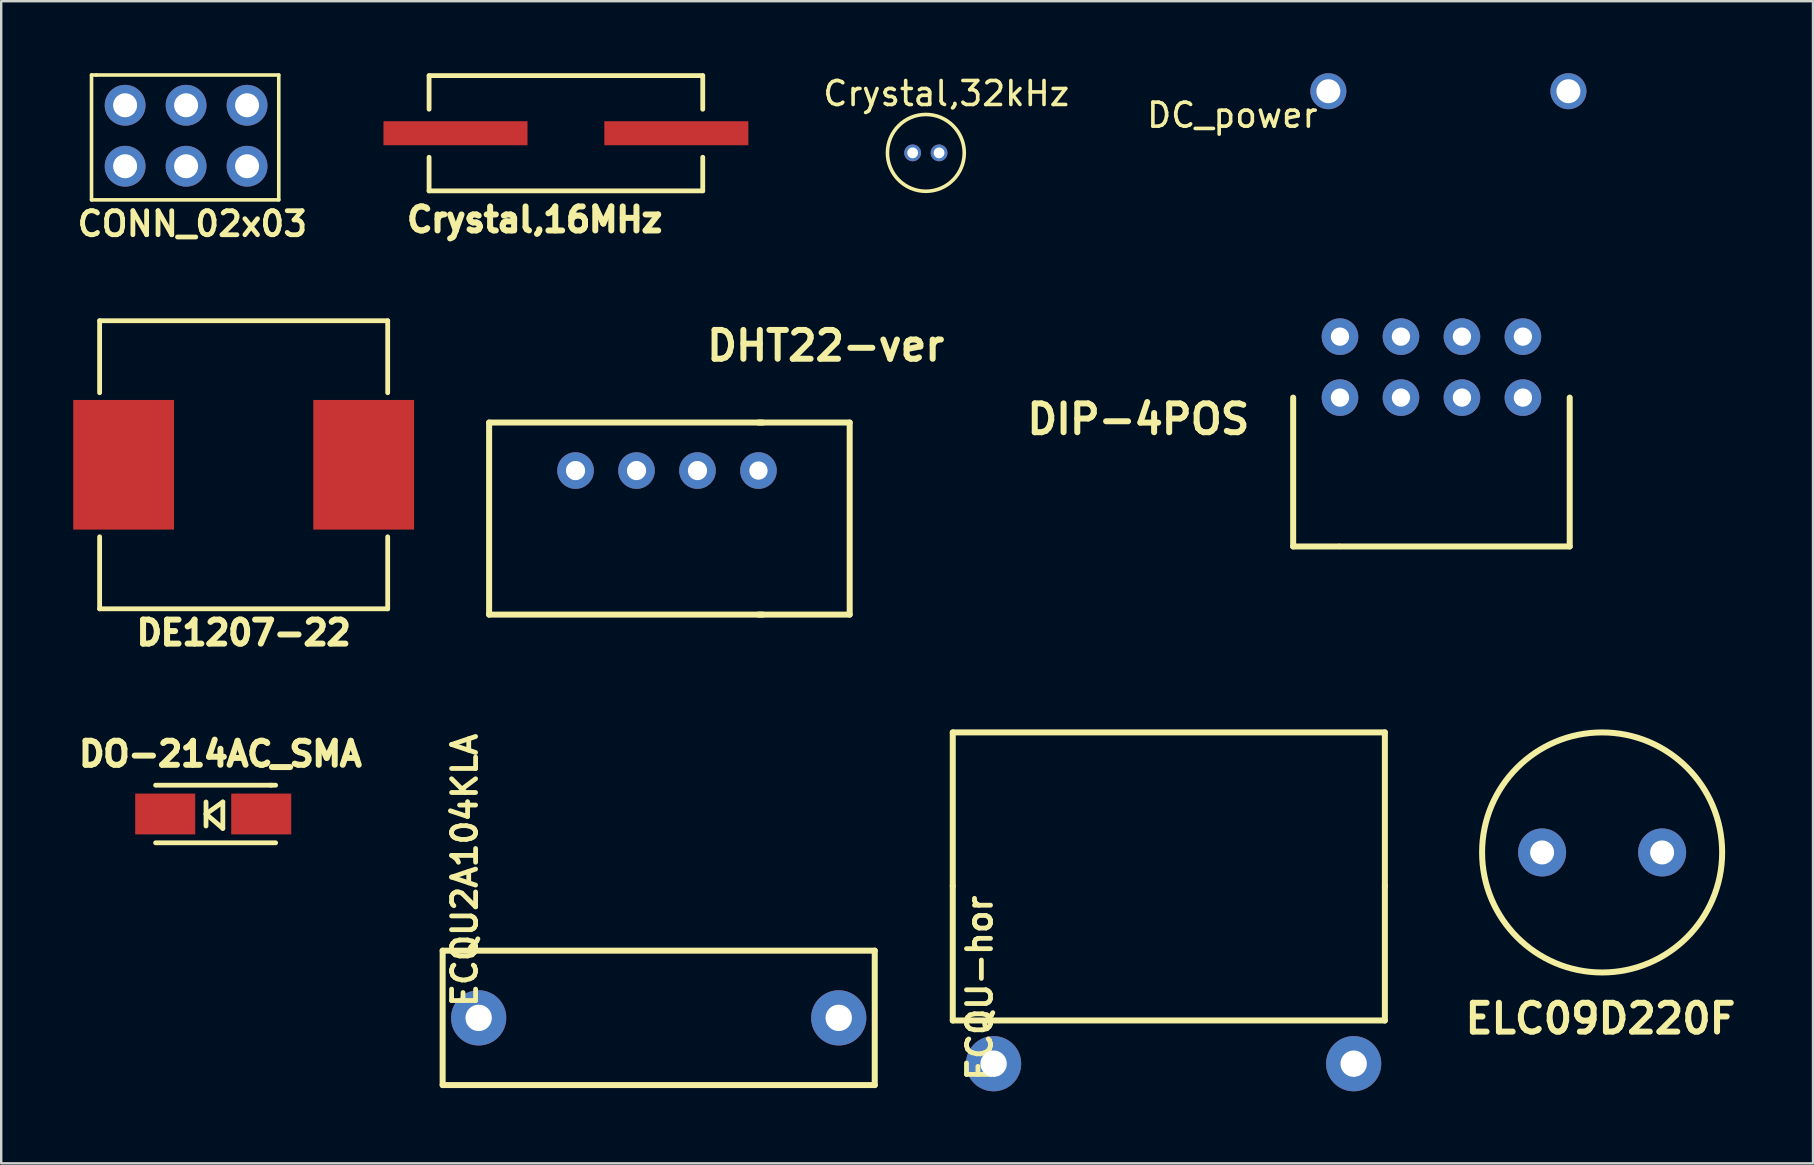
<source format=kicad_pcb>
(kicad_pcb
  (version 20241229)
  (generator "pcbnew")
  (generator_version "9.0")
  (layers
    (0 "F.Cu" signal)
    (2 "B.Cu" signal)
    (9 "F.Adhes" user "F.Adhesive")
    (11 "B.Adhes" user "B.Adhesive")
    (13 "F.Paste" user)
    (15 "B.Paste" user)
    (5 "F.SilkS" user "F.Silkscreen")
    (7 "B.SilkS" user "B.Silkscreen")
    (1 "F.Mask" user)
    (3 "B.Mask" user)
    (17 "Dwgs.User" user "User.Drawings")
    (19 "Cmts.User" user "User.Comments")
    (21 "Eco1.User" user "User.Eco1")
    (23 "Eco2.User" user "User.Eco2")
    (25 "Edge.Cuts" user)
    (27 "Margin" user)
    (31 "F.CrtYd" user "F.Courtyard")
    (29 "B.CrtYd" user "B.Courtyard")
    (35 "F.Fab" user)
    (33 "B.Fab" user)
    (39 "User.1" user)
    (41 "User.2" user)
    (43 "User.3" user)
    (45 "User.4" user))
  (footprint "CONN_02x03"
    (layer "F.Cu")
    (at 2.162 3.875)
    (property "Reference" "CONN_02x03" (at 2.8 2.4 0) (layer "F.SilkS") (effects (font (size 1 1) (thickness 0.2))))
    (attr through_hole)
    (fp_line (start -1.4 -3.8) (end -1.4 1.4) (stroke (width 0.15) (type solid)) (layer "F.SilkS"))
    (fp_line (start -1.4 1.4) (end 6.4 1.4) (stroke (width 0.15) (type solid)) (layer "F.SilkS"))
    (fp_line (start -1.2 -3.8) (end -1.4 -3.8) (stroke (width 0.15) (type solid)) (layer "F.SilkS"))
    (fp_line (start 6.4 -3.8) (end -1.2 -3.8) (stroke (width 0.15) (type solid)) (layer "F.SilkS"))
    (fp_line (start 6.4 1.4) (end 6.4 -3.8) (stroke (width 0.15) (type solid)) (layer "F.SilkS"))
    (pad "1" thru_hole circle (at 0 0) (size 1.7 1.7) (drill 1) (layers "*.Cu" "*.Mask"))
    (pad "2" thru_hole circle (at 0 -2.54) (size 1.7 1.7) (drill 1) (layers "*.Cu" "*.Mask"))
    (pad "3" thru_hole circle (at 2.54 0) (size 1.7 1.7) (drill 1) (layers "*.Cu" "*.Mask"))
    (pad "4" thru_hole circle (at 2.54 -2.54) (size 1.7 1.7) (drill 1) (layers "*.Cu" "*.Mask"))
    (pad "5" thru_hole circle (at 5.08 0) (size 1.7 1.7) (drill 1) (layers "*.Cu" "*.Mask"))
    (pad "6" thru_hole circle (at 5.08 -2.54) (size 1.7 1.7) (drill 1) (layers "*.Cu" "*.Mask")))
  (footprint "ECQU-hor"
    (layer "F.Cu")
    (at 38.339 41.26)
    (property "Reference" "ECQU-hor" (at -0.58 -3.15 90) (layer "F.SilkS") (effects (font (size 1 1) (thickness 0.2))))
    (attr through_hole)
    (fp_line (start -1.7 -13.8) (end 16.3 -13.8) (stroke (width 0.25) (type solid)) (layer "F.SilkS"))
    (fp_line (start -1.7 -7.4) (end -1.7 -13.8) (stroke (width 0.25) (type solid)) (layer "F.SilkS"))
    (fp_line (start -1.7 -1.8) (end -1.7 -7.4) (stroke (width 0.25) (type solid)) (layer "F.SilkS"))
    (fp_line (start -1.7 -1.8) (end 16.3 -1.8) (stroke (width 0.25) (type solid)) (layer "F.SilkS"))
    (fp_line (start 16.3 -7.4) (end 16.3 -13.8) (stroke (width 0.25) (type solid)) (layer "F.SilkS"))
    (fp_line (start 16.3 -1.8) (end 16.3 -7.4) (stroke (width 0.25) (type solid)) (layer "F.SilkS"))
    (pad "1" thru_hole circle (at 0 0) (size 2.3 2.3) (drill 1.1) (layers "*.Cu" "*.Mask"))
    (pad "2" thru_hole circle (at 15 0) (size 2.3 2.3) (drill 1.1) (layers "*.Cu" "*.Mask")))
  (footprint "DC_power"
    (layer "F.Cu")
    (at 52.285 0.75)
    (property "Reference" "DC_power" (at -4 1 0) (layer "F.SilkS") (effects (font (size 1 1) (thickness 0.15))))
    (attr through_hole)
    (pad "1" thru_hole circle (at 0 0) (size 1.5 1.5) (drill 1) (layers "*.Cu" "*.Mask"))
    (pad "2" thru_hole circle (at 10 0) (size 1.5 1.5) (drill 1) (layers "*.Cu" "*.Mask")))
  (footprint "DE1207-22"
    (layer "F.Cu")
    (at 7.1 16.311)
    (property "Reference" "DE1207-22" (at 0 7 0) (layer "F.SilkS") (effects (font (size 1 1) (thickness 0.25))))
    (attr through_hole)
    (fp_line (start -6 -6) (end -6 -3) (stroke (width 0.2) (type solid)) (layer "F.SilkS"))
    (fp_line (start -6 -6) (end 6 -6) (stroke (width 0.2) (type solid)) (layer "F.SilkS"))
    (fp_line (start -6 3) (end -6 6) (stroke (width 0.2) (type solid)) (layer "F.SilkS"))
    (fp_line (start -6 6) (end 6 6) (stroke (width 0.2) (type solid)) (layer "F.SilkS"))
    (fp_line (start 6 -6) (end 6 -3) (stroke (width 0.2) (type solid)) (layer "F.SilkS"))
    (fp_line (start 6 6) (end 6 3) (stroke (width 0.2) (type solid)) (layer "F.SilkS"))
    (pad "1" smd rect (at -5 0) (size 4.2 5.4) (layers "F.Cu" "F.Mask" "F.Paste"))
    (pad "2" smd rect (at 5 0) (size 4.2 5.4) (layers "F.Cu" "F.Mask" "F.Paste")))
  (footprint "ECQU2A104KLA"
    (layer "F.Cu")
    (at 16.889 39.351)
    (property "Reference" "ECQU2A104KLA" (at -0.58 -6.15 90) (layer "F.SilkS") (effects (font (size 1 1) (thickness 0.2))))
    (attr through_hole)
    (fp_line (start -1.5 -2.8) (end 16.5 -2.8) (stroke (width 0.25) (type solid)) (layer "F.SilkS"))
    (fp_line (start -1.5 2.8) (end -1.5 -2.8) (stroke (width 0.25) (type solid)) (layer "F.SilkS"))
    (fp_line (start -1.5 2.8) (end 16.5 2.8) (stroke (width 0.25) (type solid)) (layer "F.SilkS"))
    (fp_line (start 16.5 2.8) (end 16.5 -2.8) (stroke (width 0.25) (type solid)) (layer "F.SilkS"))
    (pad "1" thru_hole circle (at 0 0) (size 2.3 2.3) (drill 1.1) (layers "*.Cu" "*.Mask"))
    (pad "2" thru_hole circle (at 15 0) (size 2.3 2.3) (drill 1.1) (layers "*.Cu" "*.Mask")))
  (footprint "Crystal,32kHz"
    (layer "F.Cu")
    (at 34.968 3.318)
    (property "Reference" "Crystal,32kHz" (at 1.4 -2.47 0) (layer "F.SilkS") (effects (font (size 1 1) (thickness 0.15))))
    (attr through_hole)
    (fp_circle (center 0.55 0) (end 2.15 0) (stroke (width 0.15) (type solid)) (fill no) (layer "F.SilkS"))
    (pad "1" thru_hole circle (at 0 0) (size 0.7 0.7) (drill 0.45) (layers "*.Cu" "*.Mask"))
    (pad "2" thru_hole circle (at 1.1 0) (size 0.7 0.7) (drill 0.45) (layers "*.Cu" "*.Mask")))
  (footprint "DO-214AC_SMA"
    (layer "F.Cu")
    (at 5.832 30.858)
    (property "Reference" "DO-214AC_SMA" (at 0.3 -2.5 0) (layer "F.SilkS") (effects (font (size 1 1) (thickness 0.25))))
    (attr through_hole)
    (fp_line (start -2.4 -1.2) (end 2.4 -1.2) (stroke (width 0.2) (type solid)) (layer "F.SilkS"))
    (fp_line (start -2.4 1.2) (end 2.6 1.2) (stroke (width 0.2) (type solid)) (layer "F.SilkS"))
    (fp_line (start -0.3 -0.5) (end -0.3 0.5) (stroke (width 0.2) (type solid)) (layer "F.SilkS"))
    (fp_line (start -0.3 0) (end 0.4 -0.5) (stroke (width 0.2) (type solid)) (layer "F.SilkS"))
    (fp_line (start 0.4 -0.5) (end 0.4 0.6) (stroke (width 0.2) (type solid)) (layer "F.SilkS"))
    (fp_line (start 0.4 0.6) (end -0.3 0) (stroke (width 0.2) (type solid)) (layer "F.SilkS"))
    (fp_line (start 2.4 -1.2) (end 2.6 -1.2) (stroke (width 0.2) (type solid)) (layer "F.SilkS"))
    (pad "1" smd rect (at -2 0) (size 2.5 1.7) (layers "F.Cu" "F.Mask" "F.Paste"))
    (pad "2" smd rect (at 2 0) (size 2.5 1.7) (layers "F.Cu" "F.Mask" "F.Paste")))
  (footprint "DIP-4POS"
    (layer "F.Cu")
    (at 52.769 13.513)
    (property "Reference" "DIP-4POS" (at -8.4 0.9 0) (layer "F.SilkS") (effects (font (size 1.2 1.2) (thickness 0.25))))
    (attr through_hole)
    (fp_line (start -1.95 0) (end -1.95 6.2) (stroke (width 0.25) (type solid)) (layer "F.SilkS"))
    (fp_line (start -0.05 6.2) (end -1.95 6.2) (stroke (width 0.25) (type solid)) (layer "F.SilkS"))
    (fp_line (start 9.57 0) (end 9.57 6.2) (stroke (width 0.25) (type solid)) (layer "F.SilkS"))
    (fp_line (start 9.57 6.2) (end 0 6.2) (stroke (width 0.25) (type solid)) (layer "F.SilkS"))
    (pad "1" thru_hole circle (at 0 0) (size 1.524 1.524) (drill 0.762) (layers "*.Cu" "*.Mask"))
    (pad "2" thru_hole circle (at 0 -2.54) (size 1.524 1.524) (drill 0.762) (layers "*.Cu" "*.Mask"))
    (pad "3" thru_hole circle (at 2.54 0) (size 1.524 1.524) (drill 0.762) (layers "*.Cu" "*.Mask"))
    (pad "4" thru_hole circle (at 2.54 -2.54) (size 1.524 1.524) (drill 0.762) (layers "*.Cu" "*.Mask"))
    (pad "5" thru_hole circle (at 5.08 0) (size 1.524 1.524) (drill 0.762) (layers "*.Cu" "*.Mask"))
    (pad "6" thru_hole circle (at 5.08 -2.54) (size 1.524 1.524) (drill 0.762) (layers "*.Cu" "*.Mask"))
    (pad "7" thru_hole circle (at 7.62 0) (size 1.524 1.524) (drill 0.762) (layers "*.Cu" "*.Mask"))
    (pad "8" thru_hole circle (at 7.62 -2.54) (size 1.524 1.524) (drill 0.762) (layers "*.Cu" "*.Mask")))
  (footprint "ELC09D220F"
    (layer "F.Cu")
    (at 61.189 32.46)
    (property "Reference" "ELC09D220F" (at 2.43 6.92 0) (layer "F.SilkS") (effects (font (size 1.2 1.2) (thickness 0.25))))
    (attr through_hole)
    (fp_circle (center 2.5 0) (end 2.5 -5) (stroke (width 0.25) (type solid)) (fill no) (layer "F.SilkS"))
    (pad "1" thru_hole circle (at 0 0) (size 2 2) (drill 1) (layers "*.Cu" "*.Mask"))
    (pad "2" thru_hole circle (at 5 0) (size 2 2) (drill 1) (layers "*.Cu" "*.Mask")))
  (footprint "DHT22-ver"
    (layer "F.Cu")
    (at 20.925 16.552)
    (property "Reference" "DHT22-ver" (at 10.42 -5.2 180) (layer "F.SilkS") (effects (font (size 1.2 1.2) (thickness 0.25))))
    (attr through_hole)
    (fp_line (start -3.6 -2) (end -3.6 6) (stroke (width 0.25) (type solid)) (layer "F.SilkS"))
    (fp_line (start -3.6 -2) (end 7.8 -2) (stroke (width 0.25) (type solid)) (layer "F.SilkS"))
    (fp_line (start -3.6 6) (end 7.8 6) (stroke (width 0.25) (type solid)) (layer "F.SilkS"))
    (fp_line (start 11.42 -2) (end 7.62 -2) (stroke (width 0.25) (type solid)) (layer "F.SilkS"))
    (fp_line (start 11.42 -2) (end 11.42 6) (stroke (width 0.25) (type solid)) (layer "F.SilkS"))
    (fp_line (start 11.42 6) (end 7.62 6) (stroke (width 0.25) (type solid)) (layer "F.SilkS"))
    (pad "1" thru_hole circle (at 0 0) (size 1.524 1.524) (drill 0.8) (layers "*.Cu" "*.Mask"))
    (pad "2" thru_hole circle (at 2.54 0) (size 1.524 1.524) (drill 0.8) (layers "*.Cu" "*.Mask"))
    (pad "3" thru_hole circle (at 5.08 0) (size 1.524 1.524) (drill 0.8) (layers "*.Cu" "*.Mask"))
    (pad "4" thru_hole circle (at 7.62 0) (size 1.524 1.524) (drill 0.762) (layers "*.Cu" "*.Mask")))
  (footprint "Crystal,16MHz"
    (layer "F.Cu")
    (at 20.824 2.5)
    (property "Reference" "Crystal,16MHz" (at -1.6 3.6 0) (layer "F.SilkS") (effects (font (size 1 1) (thickness 0.25))))
    (attr smd)
    (fp_line (start -6 -2.4) (end -6 -1) (stroke (width 0.2) (type solid)) (layer "F.SilkS"))
    (fp_line (start -6 -2.4) (end 5.4 -2.4) (stroke (width 0.2) (type solid)) (layer "F.SilkS"))
    (fp_line (start -6 1) (end -6 2.4) (stroke (width 0.2) (type solid)) (layer "F.SilkS"))
    (fp_line (start -6 2.4) (end 5.4 2.4) (stroke (width 0.2) (type solid)) (layer "F.SilkS"))
    (fp_line (start 5.4 -2.4) (end 5.4 -1) (stroke (width 0.2) (type solid)) (layer "F.SilkS"))
    (fp_line (start 5.4 1) (end 5.4 2.4) (stroke (width 0.2) (type solid)) (layer "F.SilkS"))
    (pad "1" smd rect (at -4.9 0) (size 6 1) (layers "F.Cu" "F.Mask" "F.Paste"))
    (pad "2" smd rect (at 4.3 0) (size 6 1) (layers "F.Cu" "F.Mask" "F.Paste")))
  (gr_rect
    (start -3 -3)
    (end 72.474 45.41)
    (stroke (width 0.1) (type default))
    (fill no)
    (layer "Edge.Cuts")))
</source>
